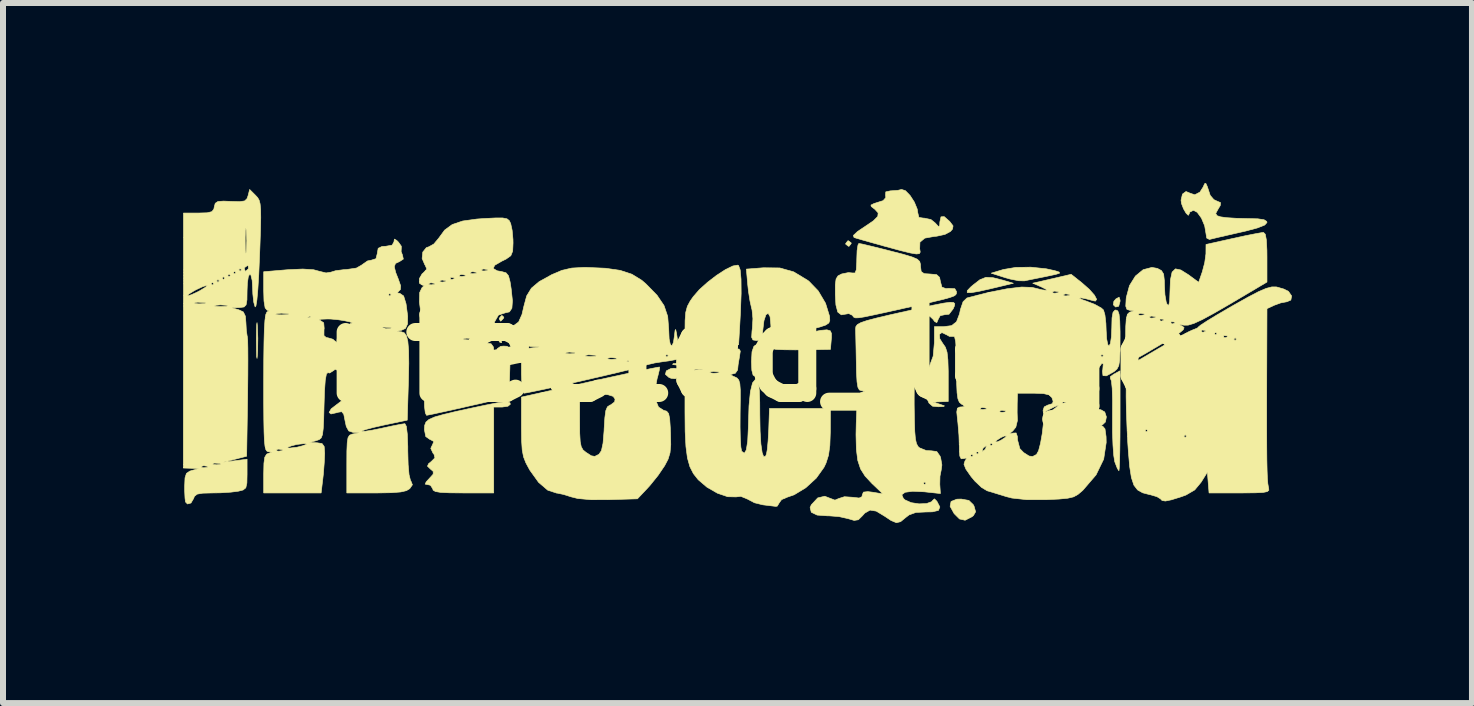
<source format=kicad_pcb>
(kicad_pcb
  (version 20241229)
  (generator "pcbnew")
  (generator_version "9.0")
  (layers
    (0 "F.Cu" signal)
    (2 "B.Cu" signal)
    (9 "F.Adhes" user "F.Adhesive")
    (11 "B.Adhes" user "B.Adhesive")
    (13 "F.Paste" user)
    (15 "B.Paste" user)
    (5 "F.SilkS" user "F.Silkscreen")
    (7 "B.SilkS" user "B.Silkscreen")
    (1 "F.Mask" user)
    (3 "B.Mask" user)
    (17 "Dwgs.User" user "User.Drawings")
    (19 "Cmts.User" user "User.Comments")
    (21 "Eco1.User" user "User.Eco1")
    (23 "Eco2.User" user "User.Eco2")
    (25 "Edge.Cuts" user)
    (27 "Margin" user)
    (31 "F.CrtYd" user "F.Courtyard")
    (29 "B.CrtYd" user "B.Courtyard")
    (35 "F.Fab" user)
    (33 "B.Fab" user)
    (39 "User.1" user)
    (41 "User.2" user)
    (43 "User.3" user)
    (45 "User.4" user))
  (footprint "infected_logo"
    (layer "F.Cu")
    (at 9.241 2.809)
    (property "Reference" "infected_logo" (at 0 0 0) (layer "F.SilkS") (effects (font (size 1.524 1.524) (thickness 0.3))))
    (attr through_hole)
    (fp_poly (pts (xy -0.958 0.2) (xy -0.952 0.217) (xy -1.016 0.224) (xy -1.082 0.216) (xy -1.074 0.2) (xy -0.979 0.194) (xy -0.958 0.2)) (stroke (width 0.01) (type solid)) (fill yes) (layer "F.SilkS"))
    (fp_poly (pts (xy -3.895 -0.572) (xy -3.902 -0.554) (xy -3.944 -0.51) (xy -3.951 -0.508) (xy -3.971 -0.544) (xy -3.972 -0.554) (xy -3.936 -0.599) (xy -3.923 -0.6) (xy -3.895 -0.572)) (stroke (width 0.01) (type solid)) (fill yes) (layer "F.SilkS"))
    (fp_poly (pts (xy 1.892 -1.812) (xy 1.893 -1.801) (xy 1.858 -1.756) (xy 1.847 -1.755) (xy 1.802 -1.79) (xy 1.801 -1.801) (xy 1.836 -1.846) (xy 1.847 -1.847) (xy 1.892 -1.812)) (stroke (width 0.01) (type solid)) (fill yes) (layer "F.SilkS"))
    (fp_poly (pts (xy 6.373 -0.859) (xy 6.373 -0.837) (xy 6.35 -0.756) (xy 6.299 -0.743) (xy 6.261 -0.78) (xy 6.27 -0.839) (xy 6.304 -0.878) (xy 6.357 -0.907) (xy 6.373 -0.859)) (stroke (width 0.01) (type solid)) (fill yes) (layer "F.SilkS"))
    (fp_poly (pts (xy -5.108 -0.213) (xy -5.161 -0.145) (xy -5.223 -0.161) (xy -5.242 -0.185) (xy -5.254 -0.228) (xy -5.248 -0.231) (xy -5.191 -0.245) (xy -5.153 -0.259) (xy -5.101 -0.262) (xy -5.108 -0.213)) (stroke (width 0.01) (type solid)) (fill yes) (layer "F.SilkS"))
    (fp_poly (pts (xy -0.953 0.292) (xy -0.929 0.337) (xy -0.979 0.406) (xy -1.04 0.452) (xy -1.107 0.445) (xy -1.143 0.431) (xy -1.203 0.379) (xy -1.188 0.321) (xy -1.112 0.282) (xy -1.062 0.277) (xy -0.953 0.292)) (stroke (width 0.01) (type solid)) (fill yes) (layer "F.SilkS"))
    (fp_poly (pts (xy -8.002 -0.427) (xy -7.995 -0.224) (xy -7.998 -0.008) (xy -8.002 0.058) (xy -8.008 0.114) (xy -8.014 0.085) (xy -8.017 -0.019) (xy -8.019 -0.185) (xy -8.017 -0.355) (xy -8.013 -0.457) (xy -8.008 -0.483) (xy -8.002 -0.427)) (stroke (width 0.01) (type solid)) (fill yes) (layer "F.SilkS"))
    (fp_poly (pts (xy 4.255 -1.232) (xy 4.41 -1.193) (xy 4.595 -1.139) (xy 4.249 -1.056) (xy 4.029 -1.006) (xy 3.891 -0.982) (xy 3.826 -0.984) (xy 3.827 -1.016) (xy 3.885 -1.077) (xy 3.924 -1.11) (xy 4.039 -1.199) (xy 4.138 -1.238) (xy 4.255 -1.232)) (stroke (width 0.01) (type solid)) (fill yes) (layer "F.SilkS"))
    (fp_poly (pts (xy 3.854 2.48) (xy 3.927 2.551) (xy 3.94 2.576) (xy 3.966 2.669) (xy 3.929 2.733) (xy 3.903 2.753) (xy 3.791 2.81) (xy 3.698 2.789) (xy 3.608 2.699) (xy 3.541 2.578) (xy 3.557 2.497) (xy 3.654 2.459) (xy 3.726 2.457) (xy 3.854 2.48)) (stroke (width 0.01) (type solid)) (fill yes) (layer "F.SilkS"))
    (fp_poly (pts (xy 0.339 -0.108) (xy 0.361 -0.057) (xy 0.369 0.063) (xy 0.369 0.14) (xy 0.364 0.3) (xy 0.345 0.386) (xy 0.308 0.415) (xy 0.3 0.416) (xy 0.258 0.392) (xy 0.237 0.311) (xy 0.231 0.167) (xy 0.24 0.002) (xy 0.271 -0.087) (xy 0.3 -0.109) (xy 0.339 -0.108)) (stroke (width 0.01) (type solid)) (fill yes) (layer "F.SilkS"))
    (fp_poly (pts (xy 5.143 -1.38) (xy 5.288 -1.348) (xy 5.357 -1.326) (xy 5.366 -1.308) (xy 5.306 -1.288) (xy 5.166 -1.258) (xy 5.149 -1.254) (xy 4.984 -1.221) (xy 4.846 -1.193) (xy 4.78 -1.179) (xy 4.684 -1.181) (xy 4.542 -1.209) (xy 4.457 -1.233) (xy 4.226 -1.307) (xy 4.428 -1.368) (xy 4.634 -1.403) (xy 4.886 -1.407) (xy 5.143 -1.38)) (stroke (width 0.01) (type solid)) (fill yes) (layer "F.SilkS"))
    (fp_poly (pts (xy 1.544 -0.347) (xy 1.564 -0.303) (xy 1.564 -0.231) (xy 1.561 -0.203) (xy 1.547 -0.037) (xy 1.155 -0.03) (xy 0.956 -0.029) (xy 0.778 -0.031) (xy 0.652 -0.036) (xy 0.632 -0.038) (xy 0.534 -0.062) (xy 0.522 -0.099) (xy 0.592 -0.147) (xy 0.742 -0.202) (xy 0.966 -0.262) (xy 0.974 -0.264) (xy 1.217 -0.32) (xy 1.383 -0.354) (xy 1.488 -0.363) (xy 1.544 -0.347)) (stroke (width 0.01) (type solid)) (fill yes) (layer "F.SilkS"))
    (fp_poly (pts (xy 6.373 1.153) (xy 6.372 1.419) (xy 6.369 1.649) (xy 6.365 1.831) (xy 6.359 1.947) (xy 6.354 1.986) (xy 6.328 1.947) (xy 6.291 1.852) (xy 6.285 1.836) (xy 6.268 1.733) (xy 6.255 1.561) (xy 6.247 1.343) (xy 6.247 1.102) (xy 6.247 1.074) (xy 6.248 0.812) (xy 6.242 0.614) (xy 6.229 0.489) (xy 6.212 0.446) (xy 6.211 0.418) (xy 6.269 0.376) (xy 6.373 0.32) (xy 6.373 1.153)) (stroke (width 0.01) (type solid)) (fill yes) (layer "F.SilkS"))
    (fp_poly (pts (xy 0.016 -1.434) (xy 0.043 -1.361) (xy 0.057 -1.208) (xy 0.059 -0.97) (xy 0.047 -0.646) (xy 0.037 -0.462) (xy 0.017 -0.115) (xy -0.396 -0.013) (xy -0.58 0.032) (xy -0.731 0.067) (xy -0.824 0.088) (xy -0.843 0.091) (xy -0.858 0.049) (xy -0.87 -0.065) (xy -0.877 -0.23) (xy -0.877 -0.316) (xy -0.875 -0.518) (xy -0.864 -0.655) (xy -0.837 -0.755) (xy -0.789 -0.844) (xy -0.74 -0.914) (xy -0.637 -1.033) (xy -0.5 -1.156) (xy -0.349 -1.272) (xy -0.202 -1.367) (xy -0.079 -1.427) (xy 0.002 -1.441) (xy 0.016 -1.434)) (stroke (width 0.01) (type solid)) (fill yes) (layer "F.SilkS"))
    (fp_poly (pts (xy 0.703 -1.394) (xy 0.934 -1.329) (xy 1.163 -1.191) (xy 1.187 -1.174) (xy 1.343 -1.012) (xy 1.465 -0.806) (xy 1.53 -0.596) (xy 1.533 -0.578) (xy 1.536 -0.519) (xy 1.52 -0.477) (xy 1.469 -0.443) (xy 1.368 -0.409) (xy 1.199 -0.368) (xy 1.085 -0.342) (xy 0.889 -0.297) (xy 0.727 -0.261) (xy 0.62 -0.239) (xy 0.589 -0.233) (xy 0.568 -0.273) (xy 0.556 -0.377) (xy 0.554 -0.443) (xy 0.541 -0.582) (xy 0.51 -0.638) (xy 0.472 -0.615) (xy 0.439 -0.515) (xy 0.425 -0.4) (xy 0.41 -0.267) (xy 0.38 -0.203) (xy 0.324 -0.185) (xy 0.314 -0.185) (xy 0.256 -0.194) (xy 0.234 -0.238) (xy 0.24 -0.341) (xy 0.246 -0.389) (xy 0.255 -0.549) (xy 0.241 -0.693) (xy 0.233 -0.724) (xy 0.206 -0.845) (xy 0.18 -1.012) (xy 0.169 -1.115) (xy 0.146 -1.375) (xy 0.431 -1.397) (xy 0.703 -1.394)) (stroke (width 0.01) (type solid)) (fill yes) (layer "F.SilkS"))
    (fp_poly (pts (xy -3.794 0.853) (xy -3.787 0.877) (xy -3.827 0.91) (xy -3.924 0.924) (xy -3.925 0.924) (xy -4.064 0.924) (xy -4.064 2.355) (xy -4.572 2.355) (xy -4.799 2.353) (xy -4.949 2.346) (xy -5.036 2.331) (xy -5.074 2.308) (xy -5.08 2.286) (xy -5.118 2.227) (xy -5.16 2.217) (xy -5.206 2.208) (xy -5.189 2.17) (xy -5.139 2.116) (xy -5.073 2.043) (xy -5.072 1.997) (xy -5.117 1.958) (xy -5.168 1.909) (xy -5.148 1.866) (xy -5.105 1.832) (xy -5.044 1.771) (xy -5.058 1.713) (xy -5.076 1.691) (xy -5.113 1.612) (xy -5.085 1.553) (xy -5.061 1.498) (xy -5.12 1.466) (xy -5.125 1.465) (xy -5.196 1.416) (xy -5.218 1.306) (xy -5.219 1.296) (xy -5.214 1.227) (xy -5.193 1.174) (xy -5.142 1.13) (xy -5.048 1.089) (xy -4.899 1.047) (xy -4.682 0.995) (xy -4.47 0.949) (xy -4.206 0.893) (xy -4.019 0.856) (xy -3.897 0.838) (xy -3.826 0.838) (xy -3.794 0.853)) (stroke (width 0.01) (type solid)) (fill yes) (layer "F.SilkS"))
    (fp_poly (pts (xy 7.828 -2.747) (xy 7.871 -2.616) (xy 7.874 -2.605) (xy 7.935 -2.533) (xy 7.988 -2.508) (xy 8.047 -2.483) (xy 8.043 -2.435) (xy 8.009 -2.379) (xy 7.967 -2.302) (xy 7.989 -2.265) (xy 8.046 -2.246) (xy 8.144 -2.232) (xy 8.301 -2.222) (xy 8.483 -2.217) (xy 8.486 -2.217) (xy 8.668 -2.213) (xy 8.773 -2.197) (xy 8.817 -2.169) (xy 8.821 -2.151) (xy 8.783 -2.109) (xy 8.665 -2.062) (xy 8.463 -2.008) (xy 8.37 -1.987) (xy 8.173 -1.942) (xy 8.007 -1.904) (xy 7.895 -1.877) (xy 7.862 -1.869) (xy 7.817 -1.892) (xy 7.805 -1.966) (xy 7.783 -2.096) (xy 7.729 -2.225) (xy 7.659 -2.321) (xy 7.596 -2.355) (xy 7.534 -2.324) (xy 7.526 -2.298) (xy 7.51 -2.271) (xy 7.473 -2.307) (xy 7.431 -2.379) (xy 7.398 -2.464) (xy 7.389 -2.523) (xy 7.413 -2.625) (xy 7.472 -2.668) (xy 7.537 -2.641) (xy 7.618 -2.613) (xy 7.704 -2.658) (xy 7.758 -2.743) (xy 7.782 -2.798) (xy 7.802 -2.804) (xy 7.828 -2.747)) (stroke (width 0.01) (type solid)) (fill yes) (layer "F.SilkS"))
    (fp_poly (pts (xy 2.077 -1.792) (xy 2.203 -1.762) (xy 2.379 -1.719) (xy 2.552 -1.675) (xy 2.768 -1.619) (xy 2.91 -1.576) (xy 2.994 -1.54) (xy 3.034 -1.502) (xy 3.047 -1.455) (xy 3.048 -1.42) (xy 3.059 -1.334) (xy 3.109 -1.299) (xy 3.207 -1.293) (xy 3.316 -1.283) (xy 3.365 -1.238) (xy 3.38 -1.166) (xy 3.404 -1.075) (xy 3.47 -1.05) (xy 3.521 -1.054) (xy 3.62 -1.048) (xy 3.648 -0.999) (xy 3.647 -0.971) (xy 3.636 -0.948) (xy 3.604 -0.926) (xy 3.538 -0.902) (xy 3.427 -0.871) (xy 3.259 -0.831) (xy 3.024 -0.778) (xy 2.752 -0.718) (xy 2.466 -0.654) (xy 2.258 -0.609) (xy 2.114 -0.579) (xy 2.021 -0.564) (xy 1.967 -0.562) (xy 1.939 -0.571) (xy 1.923 -0.589) (xy 1.915 -0.604) (xy 1.852 -0.634) (xy 1.82 -0.628) (xy 1.728 -0.613) (xy 1.669 -0.659) (xy 1.638 -0.777) (xy 1.628 -0.951) (xy 1.628 -1.115) (xy 1.641 -1.211) (xy 1.673 -1.262) (xy 1.732 -1.293) (xy 1.735 -1.294) (xy 1.847 -1.317) (xy 1.916 -1.31) (xy 1.956 -1.31) (xy 1.978 -1.363) (xy 1.985 -1.485) (xy 1.986 -1.542) (xy 1.991 -1.683) (xy 2.006 -1.777) (xy 2.02 -1.802) (xy 2.077 -1.792)) (stroke (width 0.01) (type solid)) (fill yes) (layer "F.SilkS"))
    (fp_poly (pts (xy 2.796 -2.682) (xy 2.873 -2.603) (xy 2.945 -2.492) (xy 2.993 -2.375) (xy 3.002 -2.315) (xy 3.021 -2.236) (xy 3.097 -2.224) (xy 3.106 -2.225) (xy 3.221 -2.201) (xy 3.289 -2.147) (xy 3.347 -2.085) (xy 3.367 -2.095) (xy 3.37 -2.159) (xy 3.389 -2.246) (xy 3.443 -2.249) (xy 3.534 -2.169) (xy 3.59 -2.095) (xy 3.581 -2.042) (xy 3.546 -2.002) (xy 3.455 -1.953) (xy 3.318 -1.923) (xy 3.28 -1.92) (xy 3.119 -1.891) (xy 3.038 -1.823) (xy 3.034 -1.711) (xy 3.036 -1.704) (xy 3.043 -1.658) (xy 3.028 -1.632) (xy 2.977 -1.627) (xy 2.877 -1.644) (xy 2.714 -1.684) (xy 2.476 -1.749) (xy 2.471 -1.75) (xy 2.271 -1.806) (xy 2.1 -1.854) (xy 1.98 -1.889) (xy 1.94 -1.902) (xy 1.929 -1.936) (xy 1.999 -2.002) (xy 2.113 -2.078) (xy 2.262 -2.179) (xy 2.336 -2.253) (xy 2.342 -2.312) (xy 2.287 -2.372) (xy 2.274 -2.382) (xy 2.227 -2.418) (xy 2.222 -2.442) (xy 2.272 -2.467) (xy 2.394 -2.506) (xy 2.424 -2.515) (xy 2.47 -2.568) (xy 2.465 -2.608) (xy 2.469 -2.662) (xy 2.547 -2.679) (xy 2.554 -2.679) (xy 2.669 -2.687) (xy 2.732 -2.702) (xy 2.796 -2.682)) (stroke (width 0.01) (type solid)) (fill yes) (layer "F.SilkS"))
    (fp_poly (pts (xy -1.304 0.304) (xy -1.329 0.407) (xy -1.342 0.453) (xy -1.376 0.64) (xy -1.367 0.805) (xy -1.318 0.924) (xy -1.234 0.978) (xy -1.182 0.993) (xy -1.15 1.032) (xy -1.132 1.116) (xy -1.122 1.263) (xy -1.118 1.355) (xy -1.114 1.55) (xy -1.126 1.685) (xy -1.158 1.791) (xy -1.216 1.902) (xy -1.221 1.909) (xy -1.327 2.065) (xy -1.457 2.226) (xy -1.503 2.277) (xy -1.669 2.453) (xy -2.139 2.467) (xy -2.44 2.468) (xy -2.662 2.448) (xy -2.771 2.421) (xy -2.901 2.38) (xy -3.006 2.358) (xy -3.015 2.358) (xy -3.164 2.309) (xy -3.316 2.179) (xy -3.461 1.977) (xy -3.467 1.967) (xy -3.528 1.854) (xy -3.567 1.754) (xy -3.589 1.641) (xy -3.599 1.49) (xy -3.602 1.276) (xy -3.602 1.245) (xy -3.602 1.147) (xy -2.632 1.147) (xy -2.631 1.359) (xy -2.623 1.498) (xy -2.606 1.584) (xy -2.576 1.638) (xy -2.528 1.678) (xy -2.438 1.736) (xy -2.38 1.746) (xy -2.316 1.714) (xy -2.31 1.71) (xy -2.269 1.651) (xy -2.242 1.525) (xy -2.225 1.32) (xy -2.224 1.289) (xy -2.212 1.1) (xy -2.196 0.983) (xy -2.169 0.92) (xy -2.128 0.892) (xy -2.117 0.889) (xy -2.049 0.838) (xy -2.042 0.791) (xy -2.073 0.746) (xy -2.158 0.719) (xy -2.314 0.704) (xy -2.344 0.702) (xy -2.632 0.688) (xy -2.632 1.147) (xy -3.602 1.147) (xy -3.602 0.758) (xy -2.459 0.502) (xy -2.148 0.433) (xy -1.868 0.372) (xy -1.631 0.321) (xy -1.45 0.284) (xy -1.336 0.262) (xy -1.301 0.257) (xy -1.304 0.304)) (stroke (width 0.01) (type solid)) (fill yes) (layer "F.SilkS"))
    (fp_poly (pts (xy 0.045 -0.009) (xy 0.03 0.091) (xy 0.009 0.215) (xy 0.000006 0.305) (xy 0 0.306) (xy -0.038 0.361) (xy -0.081 0.372) (xy -0.121 0.382) (xy -0.077 0.409) (xy -0.055 0.418) (xy -0.01 0.44) (xy 0.019 0.473) (xy 0.037 0.534) (xy 0.045 0.639) (xy 0.045 0.805) (xy 0.042 1.032) (xy 0.041 1.256) (xy 0.045 1.448) (xy 0.054 1.59) (xy 0.067 1.659) (xy 0.068 1.66) (xy 0.112 1.694) (xy 0.145 1.638) (xy 0.168 1.494) (xy 0.179 1.265) (xy 0.18 1.229) (xy 0.19 0.903) (xy 0.213 0.667) (xy 0.249 0.521) (xy 0.297 0.463) (xy 0.305 0.462) (xy 0.333 0.479) (xy 0.351 0.541) (xy 0.363 0.658) (xy 0.369 0.846) (xy 0.37 1.051) (xy 0.375 1.326) (xy 0.388 1.539) (xy 0.409 1.684) (xy 0.435 1.754) (xy 0.467 1.741) (xy 0.481 1.707) (xy 0.495 1.63) (xy 0.508 1.489) (xy 0.518 1.314) (xy 0.519 1.293) (xy 0.531 0.947) (xy 1.547 0.947) (xy 1.545 1.339) (xy 1.537 1.563) (xy 1.515 1.726) (xy 1.473 1.858) (xy 1.439 1.929) (xy 1.311 2.108) (xy 1.135 2.269) (xy 0.942 2.386) (xy 0.829 2.425) (xy 0.733 2.466) (xy 0.693 2.521) (xy 0.661 2.575) (xy 0.635 2.579) (xy 0.552 2.569) (xy 0.428 2.554) (xy 0.416 2.552) (xy 0.282 2.519) (xy 0.179 2.465) (xy 0.175 2.462) (xy 0.055 2.412) (xy -0.026 2.421) (xy -0.165 2.418) (xy -0.337 2.359) (xy -0.512 2.258) (xy -0.655 2.136) (xy -0.736 2.034) (xy -0.795 1.918) (xy -0.836 1.773) (xy -0.861 1.582) (xy -0.874 1.331) (xy -0.877 1.012) (xy -0.877 0.352) (xy -0.468 0.352) (xy -0.407 0.36) (xy -0.393 0.36) (xy -0.314 0.355) (xy -0.307 0.341) (xy -0.311 0.339) (xy -0.403 0.33) (xy -0.449 0.337) (xy -0.468 0.352) (xy -0.877 0.352) (xy -0.877 0.329) (xy -0.727 0.31) (xy -0.577 0.292) (xy -0.727 0.284) (xy -0.84 0.261) (xy -0.877 0.212) (xy -0.832 0.164) (xy -0.694 0.113) (xy -0.52 0.07) (xy -0.333 0.029) (xy -0.17 -0.007) (xy -0.061 -0.031) (xy -0.051 -0.034) (xy 0.023 -0.044) (xy 0.045 -0.009)) (stroke (width 0.01) (type solid)) (fill yes) (layer "F.SilkS"))
    (fp_poly (pts (xy 8.793 -1.956) (xy 8.811 -1.86) (xy 8.82 -1.687) (xy 8.821 -1.572) (xy 8.821 -1.159) (xy 8.193 -0.787) (xy 7.935 -0.638) (xy 7.743 -0.534) (xy 7.604 -0.47) (xy 7.507 -0.441) (xy 7.442 -0.44) (xy 7.368 -0.451) (xy 7.379 -0.438) (xy 7.411 -0.424) (xy 7.44 -0.4) (xy 7.426 -0.365) (xy 7.359 -0.309) (xy 7.229 -0.226) (xy 7.059 -0.124) (xy 6.827 0.013) (xy 6.665 0.105) (xy 6.56 0.149) (xy 6.5 0.144) (xy 6.472 0.087) (xy 6.465 -0.023) (xy 6.465 -0.189) (xy 6.465 -0.223) (xy 6.468 -0.424) (xy 6.473 -0.493) (xy 7.22 -0.493) (xy 7.226 -0.465) (xy 7.251 -0.462) (xy 7.289 -0.479) (xy 7.281 -0.493) (xy 7.227 -0.498) (xy 7.22 -0.493) (xy 6.473 -0.493) (xy 6.476 -0.539) (xy 7.035 -0.539) (xy 7.041 -0.511) (xy 7.066 -0.508) (xy 7.104 -0.525) (xy 7.097 -0.539) (xy 7.042 -0.544) (xy 7.035 -0.539) (xy 6.476 -0.539) (xy 6.477 -0.552) (xy 6.481 -0.565) (xy 6.855 -0.565) (xy 6.9 -0.558) (xy 6.96 -0.566) (xy 6.961 -0.582) (xy 6.899 -0.593) (xy 6.872 -0.586) (xy 6.855 -0.565) (xy 6.481 -0.565) (xy 6.493 -0.611) (xy 6.67 -0.611) (xy 6.716 -0.604) (xy 6.776 -0.613) (xy 6.776 -0.628) (xy 6.714 -0.639) (xy 6.688 -0.632) (xy 6.67 -0.611) (xy 6.493 -0.611) (xy 6.496 -0.622) (xy 6.529 -0.655) (xy 6.546 -0.661) (xy 6.599 -0.678) (xy 6.562 -0.686) (xy 6.54 -0.687) (xy 6.488 -0.703) (xy 6.468 -0.757) (xy 6.474 -0.873) (xy 6.477 -0.903) (xy 6.53 -1.1) (xy 6.629 -1.259) (xy 6.758 -1.365) (xy 6.903 -1.403) (xy 6.994 -1.387) (xy 7.063 -1.35) (xy 7.099 -1.291) (xy 7.111 -1.182) (xy 7.113 -1.098) (xy 7.121 -0.946) (xy 7.142 -0.825) (xy 7.158 -0.785) (xy 7.185 -0.772) (xy 7.199 -0.84) (xy 7.204 -0.978) (xy 7.212 -1.194) (xy 7.24 -1.325) (xy 7.296 -1.379) (xy 7.386 -1.36) (xy 7.518 -1.277) (xy 7.527 -1.27) (xy 7.683 -1.155) (xy 7.743 -1.328) (xy 7.784 -1.483) (xy 7.804 -1.63) (xy 7.804 -1.643) (xy 7.805 -1.786) (xy 8.255 -1.886) (xy 8.452 -1.929) (xy 8.618 -1.962) (xy 8.73 -1.982) (xy 8.763 -1.986) (xy 8.793 -1.956)) (stroke (width 0.01) (type solid)) (fill yes) (layer "F.SilkS"))
    (fp_poly (pts (xy 8.973 -1.078) (xy 8.982 -1.077) (xy 9.101 -1.043) (xy 9.179 -1.004) (xy 9.232 -0.927) (xy 9.219 -0.859) (xy 9.153 -0.831) (xy 9.051 -0.812) (xy 8.946 -0.774) (xy 8.821 -0.716) (xy 8.817 0.439) (xy 8.816 0.897) (xy 8.816 1.272) (xy 8.817 1.571) (xy 8.819 1.805) (xy 8.823 1.982) (xy 8.828 2.11) (xy 8.835 2.199) (xy 8.845 2.257) (xy 8.849 2.274) (xy 8.852 2.31) (xy 8.825 2.333) (xy 8.755 2.347) (xy 8.625 2.353) (xy 8.42 2.355) (xy 8.365 2.355) (xy 7.856 2.355) (xy 7.842 2.182) (xy 7.828 2.009) (xy 7.723 2.177) (xy 7.617 2.305) (xy 7.471 2.39) (xy 7.391 2.419) (xy 7.227 2.47) (xy 7.128 2.49) (xy 7.073 2.481) (xy 7.046 2.453) (xy 6.987 2.417) (xy 6.878 2.385) (xy 6.865 2.383) (xy 6.75 2.353) (xy 6.665 2.305) (xy 6.604 2.226) (xy 6.562 2.1) (xy 6.533 1.916) (xy 6.511 1.659) (xy 6.501 1.511) (xy 6.496 1.409) (xy 7.435 1.409) (xy 7.458 1.432) (xy 7.481 1.409) (xy 7.458 1.385) (xy 7.435 1.409) (xy 6.496 1.409) (xy 6.491 1.316) (xy 6.789 1.316) (xy 6.812 1.339) (xy 6.835 1.316) (xy 6.812 1.293) (xy 6.789 1.316) (xy 6.491 1.316) (xy 6.488 1.243) (xy 6.478 0.979) (xy 6.474 0.748) (xy 6.475 0.576) (xy 6.475 0.556) (xy 6.489 0.257) (xy 7.02 -0.055) (xy 7.22 -0.171) (xy 7.286 -0.208) (xy 8.267 -0.208) (xy 8.29 -0.185) (xy 8.313 -0.208) (xy 8.29 -0.231) (xy 8.267 -0.208) (xy 7.286 -0.208) (xy 7.384 -0.262) (xy 8.097 -0.262) (xy 8.104 -0.234) (xy 8.128 -0.231) (xy 8.166 -0.248) (xy 8.159 -0.262) (xy 8.104 -0.267) (xy 8.097 -0.262) (xy 7.384 -0.262) (xy 7.395 -0.268) (xy 7.457 -0.3) (xy 7.943 -0.3) (xy 7.966 -0.277) (xy 7.989 -0.3) (xy 7.966 -0.323) (xy 7.943 -0.3) (xy 7.457 -0.3) (xy 7.526 -0.336) (xy 7.567 -0.354) (xy 7.728 -0.354) (xy 7.734 -0.327) (xy 7.759 -0.323) (xy 7.797 -0.34) (xy 7.789 -0.354) (xy 7.735 -0.36) (xy 7.728 -0.354) (xy 7.567 -0.354) (xy 7.599 -0.368) (xy 7.605 -0.369) (xy 7.667 -0.396) (xy 7.674 -0.407) (xy 7.718 -0.443) (xy 7.827 -0.514) (xy 7.988 -0.612) (xy 8.185 -0.727) (xy 8.267 -0.774) (xy 8.506 -0.908) (xy 8.682 -1) (xy 8.809 -1.054) (xy 8.901 -1.078) (xy 8.973 -1.078)) (stroke (width 0.01) (type solid)) (fill yes) (layer "F.SilkS"))
    (fp_poly (pts (xy -2.518 -1.403) (xy -2.2 -1.389) (xy -1.954 -1.353) (xy -1.759 -1.288) (xy -1.598 -1.189) (xy -1.529 -1.13) (xy -1.343 -0.94) (xy -1.226 -0.767) (xy -1.165 -0.587) (xy -1.148 -0.374) (xy -1.148 -0.37) (xy -1.141 -0.211) (xy -1.121 -0.118) (xy -1.095 -0.096) (xy -1.069 -0.153) (xy -1.052 -0.266) (xy -1.042 -0.353) (xy -1.032 -0.369) (xy -1.018 -0.306) (xy -0.998 -0.171) (xy -0.98 -0.024) (xy -0.974 0.081) (xy -0.979 0.117) (xy -1.034 0.134) (xy -1.149 0.155) (xy -1.227 0.165) (xy -1.382 0.189) (xy -1.509 0.219) (xy -1.547 0.233) (xy -1.614 0.253) (xy -1.754 0.288) (xy -1.95 0.336) (xy -2.186 0.392) (xy -2.445 0.452) (xy -2.711 0.513) (xy -2.967 0.57) (xy -3.197 0.621) (xy -3.384 0.66) (xy -3.512 0.686) (xy -3.561 0.693) (xy -3.58 0.65) (xy -3.595 0.537) (xy -3.602 0.376) (xy -3.602 0.326) (xy -3.602 0.166) (xy -1.85 0.166) (xy -1.786 0.174) (xy -1.755 0.174) (xy -1.671 0.169) (xy -1.661 0.157) (xy -1.674 0.153) (xy -1.791 0.146) (xy -1.836 0.153) (xy -1.85 0.166) (xy -3.602 0.166) (xy -3.602 0.121) (xy -2.177 0.121) (xy -2.116 0.129) (xy -2.101 0.13) (xy -2.022 0.125) (xy -2.015 0.11) (xy -2.02 0.108) (xy -2.111 0.099) (xy -2.158 0.107) (xy -2.177 0.121) (xy -3.602 0.121) (xy -3.602 0.074) (xy -2.543 0.074) (xy -2.479 0.081) (xy -2.448 0.082) (xy -2.364 0.077) (xy -2.357 0.069) (xy -1.201 0.069) (xy -1.178 0.092) (xy -1.155 0.069) (xy -1.178 0.046) (xy -1.201 0.069) (xy -2.357 0.069) (xy -2.354 0.065) (xy -2.367 0.061) (xy -2.484 0.053) (xy -2.528 0.061) (xy -2.543 0.074) (xy -3.602 0.074) (xy -3.602 0.029) (xy -2.87 0.029) (xy -2.808 0.037) (xy -2.794 0.037) (xy -2.715 0.032) (xy -2.708 0.018) (xy -2.712 0.016) (xy -2.804 0.007) (xy -2.851 0.014) (xy -2.87 0.029) (xy -3.602 0.029) (xy -3.602 -0.017) (xy -3.193 -0.017) (xy -3.132 -0.009) (xy -3.117 -0.009) (xy -3.038 -0.014) (xy -3.031 -0.028) (xy -3.036 -0.03) (xy -3.127 -0.039) (xy -3.174 -0.032) (xy -3.193 -0.017) (xy -3.602 -0.017) (xy -3.602 -0.04) (xy -3.452 -0.059) (xy -3.302 -0.078) (xy -3.447 -0.085) (xy -3.566 -0.114) (xy -3.616 -0.185) (xy -3.662 -0.252) (xy -3.709 -0.251) (xy -3.785 -0.253) (xy -3.807 -0.272) (xy -3.864 -0.304) (xy -3.922 -0.276) (xy -3.942 -0.212) (xy -3.938 -0.196) (xy -3.933 -0.148) (xy -3.964 -0.157) (xy -4.006 -0.225) (xy -4.018 -0.303) (xy -4.005 -0.38) (xy -3.947 -0.411) (xy -3.862 -0.416) (xy -3.734 -0.432) (xy -3.649 -0.494) (xy -3.593 -0.619) (xy -3.561 -0.757) (xy -3.515 -0.928) (xy -3.436 -1.057) (xy -3.307 -1.166) (xy -3.108 -1.276) (xy -3.1 -1.281) (xy -2.926 -1.355) (xy -2.763 -1.392) (xy -2.566 -1.403) (xy -2.518 -1.403)) (stroke (width 0.01) (type solid)) (fill yes) (layer "F.SilkS"))
    (fp_poly (pts (xy 3.599 -0.818) (xy 3.619 -0.798) (xy 3.613 -0.761) (xy 3.592 -0.713) (xy 3.523 -0.623) (xy 3.456 -0.616) (xy 3.376 -0.599) (xy 3.346 -0.546) (xy 3.319 -0.483) (xy 3.284 -0.501) (xy 3.257 -0.538) (xy 3.199 -0.593) (xy 3.137 -0.57) (xy 3.122 -0.558) (xy 3.08 -0.496) (xy 3.057 -0.383) (xy 3.048 -0.2) (xy 3.048 -0.16) (xy 3.04 0.046) (xy 3.017 0.165) (xy 2.992 0.196) (xy 2.969 0.234) (xy 2.953 0.336) (xy 2.944 0.51) (xy 2.942 0.765) (xy 2.942 0.878) (xy 2.946 1.143) (xy 2.952 1.33) (xy 2.963 1.456) (xy 2.981 1.534) (xy 3.007 1.582) (xy 3.032 1.604) (xy 3.145 1.649) (xy 3.228 1.653) (xy 3.319 1.665) (xy 3.374 1.743) (xy 3.383 1.768) (xy 3.404 1.889) (xy 3.392 1.976) (xy 3.372 2.077) (xy 3.369 2.209) (xy 3.369 2.21) (xy 3.379 2.365) (xy 3.11 2.336) (xy 2.918 2.327) (xy 2.791 2.344) (xy 2.736 2.385) (xy 2.762 2.447) (xy 2.791 2.472) (xy 2.892 2.517) (xy 3.023 2.537) (xy 3.148 2.532) (xy 3.234 2.501) (xy 3.248 2.482) (xy 3.28 2.453) (xy 3.321 2.494) (xy 3.37 2.589) (xy 3.347 2.646) (xy 3.245 2.67) (xy 3.138 2.672) (xy 2.971 2.68) (xy 2.857 2.721) (xy 2.8 2.765) (xy 2.716 2.834) (xy 2.645 2.851) (xy 2.557 2.814) (xy 2.452 2.744) (xy 2.31 2.658) (xy 2.207 2.641) (xy 2.119 2.691) (xy 2.079 2.736) (xy 2.012 2.802) (xy 1.942 2.813) (xy 1.84 2.783) (xy 1.689 2.749) (xy 1.518 2.736) (xy 1.49 2.736) (xy 1.325 2.724) (xy 1.228 2.677) (xy 1.208 2.599) (xy 1.228 2.553) (xy 1.335 2.438) (xy 1.452 2.41) (xy 1.527 2.439) (xy 1.622 2.475) (xy 1.686 2.448) (xy 1.78 2.418) (xy 1.913 2.427) (xy 2.025 2.44) (xy 2.072 2.418) (xy 2.078 2.386) (xy 2.097 2.341) (xy 2.17 2.333) (xy 2.25 2.343) (xy 2.421 2.371) (xy 2.236 2.194) (xy 3.094 2.194) (xy 3.117 2.217) (xy 3.14 2.194) (xy 3.117 2.171) (xy 3.094 2.194) (xy 2.236 2.194) (xy 2.232 2.19) (xy 2.124 2.074) (xy 2.049 1.955) (xy 2.002 1.812) (xy 1.979 1.628) (xy 1.973 1.383) (xy 1.977 1.192) (xy 1.986 0.968) (xy 1.998 0.821) (xy 2.008 0.771) (xy 2.615 0.771) (xy 2.679 0.778) (xy 2.744 0.771) (xy 2.736 0.755) (xy 2.642 0.748) (xy 2.621 0.755) (xy 2.615 0.771) (xy 2.008 0.771) (xy 2.016 0.733) (xy 2.022 0.725) (xy 2.292 0.725) (xy 2.355 0.732) (xy 2.421 0.724) (xy 2.413 0.708) (xy 2.318 0.702) (xy 2.298 0.708) (xy 2.292 0.725) (xy 2.022 0.725) (xy 2.044 0.69) (xy 2.07 0.678) (xy 2.122 0.661) (xy 2.083 0.653) (xy 2.067 0.652) (xy 2.029 0.639) (xy 2.005 0.595) (xy 1.99 0.504) (xy 1.981 0.348) (xy 1.978 0.185) (xy 1.974 -0.024) (xy 1.97 -0.206) (xy 1.967 -0.337) (xy 1.966 -0.38) (xy 1.971 -0.418) (xy 1.996 -0.451) (xy 2.054 -0.483) (xy 2.157 -0.518) (xy 2.318 -0.56) (xy 2.55 -0.615) (xy 2.725 -0.654) (xy 3.038 -0.725) (xy 3.271 -0.776) (xy 3.435 -0.808) (xy 3.541 -0.822) (xy 3.599 -0.818)) (stroke (width 0.01) (type solid)) (fill yes) (layer "F.SilkS"))
    (fp_poly (pts (xy -3.843 -2.213) (xy -3.805 -2.183) (xy -3.781 -2.133) (xy -3.757 -2.021) (xy -3.743 -1.867) (xy -3.742 -1.81) (xy -3.748 -1.675) (xy -3.779 -1.598) (xy -3.858 -1.542) (xy -3.93 -1.507) (xy -4.047 -1.439) (xy -4.073 -1.386) (xy -4.007 -1.347) (xy -3.926 -1.332) (xy -3.859 -1.313) (xy -3.818 -1.264) (xy -3.791 -1.162) (xy -3.773 -1.045) (xy -3.752 -0.847) (xy -3.761 -0.724) (xy -3.802 -0.662) (xy -3.869 -0.647) (xy -3.985 -0.609) (xy -4.05 -0.495) (xy -4.064 -0.363) (xy -4.072 -0.247) (xy -4.111 -0.193) (xy -4.191 -0.172) (xy -4.318 -0.152) (xy -4.191 -0.145) (xy -4.107 -0.13) (xy -4.069 -0.077) (xy -4.057 0.035) (xy -4.051 0.143) (xy -4.046 0.162) (xy -4.035 0.097) (xy -4.031 0.058) (xy -4.005 -0.048) (xy -3.948 -0.088) (xy -3.898 -0.092) (xy -3.844 -0.089) (xy -3.811 -0.069) (xy -3.795 -0.013) (xy -3.791 0.095) (xy -3.795 0.274) (xy -3.797 0.332) (xy -3.81 0.755) (xy -4.48 0.908) (xy -4.717 0.962) (xy -4.922 1.007) (xy -5.078 1.041) (xy -5.169 1.059) (xy -5.184 1.061) (xy -5.204 1.02) (xy -5.217 0.916) (xy -5.219 0.845) (xy -5.214 0.717) (xy -5.196 0.668) (xy -5.163 0.683) (xy -5.089 0.73) (xy -5.045 0.709) (xy -5.033 0.638) (xy -5.057 0.537) (xy -5.118 0.426) (xy -5.126 0.416) (xy -5.196 0.294) (xy -5.216 0.184) (xy -5.187 0.109) (xy -5.138 0.092) (xy -5.085 0.084) (xy -5.119 0.051) (xy -5.124 0.048) (xy -5.164 0.007) (xy -5.14 -0.049) (xy -5.107 -0.088) (xy -5.053 -0.181) (xy -5.052 -0.203) (xy -4.575 -0.203) (xy -4.511 -0.196) (xy -4.48 -0.195) (xy -4.396 -0.2) (xy -4.386 -0.212) (xy -4.399 -0.217) (xy -4.516 -0.224) (xy -4.56 -0.217) (xy -4.575 -0.203) (xy -5.052 -0.203) (xy -5.05 -0.249) (xy -4.944 -0.249) (xy -4.88 -0.242) (xy -4.849 -0.242) (xy -4.765 -0.246) (xy -4.755 -0.258) (xy -4.768 -0.263) (xy -4.885 -0.27) (xy -4.93 -0.263) (xy -4.944 -0.249) (xy -5.05 -0.249) (xy -5.05 -0.253) (xy -5.077 -0.335) (xy -5.082 -0.358) (xy -5.113 -0.416) (xy -5.164 -0.481) (xy -5.215 -0.544) (xy -5.203 -0.554) (xy -5.161 -0.54) (xy -5.094 -0.534) (xy -5.08 -0.552) (xy -5.119 -0.59) (xy -5.184 -0.609) (xy -5.251 -0.633) (xy -5.286 -0.7) (xy -5.302 -0.827) (xy -5.298 -0.984) (xy -5.259 -1.066) (xy -5.256 -1.068) (xy -5.221 -1.101) (xy -5.253 -1.108) (xy -5.271 -1.119) (xy -5.152 -1.119) (xy -5.107 -1.112) (xy -5.047 -1.121) (xy -5.046 -1.136) (xy -5.108 -1.147) (xy -5.135 -1.14) (xy -5.152 -1.119) (xy -5.271 -1.119) (xy -5.303 -1.141) (xy -5.303 -1.166) (xy -4.968 -1.166) (xy -4.922 -1.158) (xy -4.862 -1.167) (xy -4.862 -1.182) (xy -4.923 -1.193) (xy -4.95 -1.186) (xy -4.968 -1.166) (xy -5.303 -1.166) (xy -5.304 -1.214) (xy -5.294 -1.232) (xy -4.788 -1.232) (xy -4.781 -1.204) (xy -4.757 -1.201) (xy -4.719 -1.218) (xy -4.726 -1.232) (xy -4.781 -1.237) (xy -4.788 -1.232) (xy -5.294 -1.232) (xy -5.279 -1.258) (xy -4.644 -1.258) (xy -4.599 -1.251) (xy -4.539 -1.259) (xy -4.538 -1.275) (xy -4.6 -1.286) (xy -4.627 -1.278) (xy -4.644 -1.258) (xy -5.279 -1.258) (xy -5.258 -1.295) (xy -5.247 -1.304) (xy -4.46 -1.304) (xy -4.414 -1.297) (xy -4.354 -1.305) (xy -4.354 -1.321) (xy -4.415 -1.332) (xy -4.442 -1.325) (xy -4.46 -1.304) (xy -5.247 -1.304) (xy -5.232 -1.318) (xy -5.202 -1.35) (xy -4.275 -1.35) (xy -4.229 -1.343) (xy -4.17 -1.351) (xy -4.169 -1.367) (xy -4.231 -1.378) (xy -4.257 -1.371) (xy -4.275 -1.35) (xy -5.202 -1.35) (xy -5.179 -1.376) (xy -5.206 -1.439) (xy -5.212 -1.447) (xy -5.257 -1.552) (xy -5.246 -1.659) (xy -5.186 -1.733) (xy -5.149 -1.745) (xy -5.063 -1.792) (xy -4.982 -1.888) (xy -4.98 -1.891) (xy -4.882 -2.025) (xy -4.756 -2.117) (xy -4.583 -2.176) (xy -4.345 -2.209) (xy -4.234 -2.217) (xy -4.037 -2.227) (xy -3.914 -2.227) (xy -3.843 -2.213)) (stroke (width 0.01) (type solid)) (fill yes) (layer "F.SilkS"))
    (fp_poly (pts (xy -8.031 -2.602) (xy -7.997 -2.565) (xy -7.973 -2.523) (xy -7.957 -2.463) (xy -7.948 -2.371) (xy -7.946 -2.234) (xy -7.95 -2.038) (xy -7.959 -1.771) (xy -7.966 -1.592) (xy -7.979 -1.286) (xy -7.994 -1.041) (xy -8.01 -0.863) (xy -8.026 -0.763) (xy -8.04 -0.745) (xy -8.063 -0.825) (xy -8.078 -0.961) (xy -8.081 -1.051) (xy -8.089 -1.186) (xy -8.11 -1.274) (xy -8.128 -1.293) (xy -8.153 -1.251) (xy -8.169 -1.141) (xy -8.174 -1.016) (xy -8.176 -0.862) (xy -8.19 -0.779) (xy -8.224 -0.744) (xy -8.289 -0.735) (xy -8.301 -0.734) (xy -8.428 -0.73) (xy -8.313 -0.697) (xy -8.236 -0.661) (xy -8.202 -0.59) (xy -8.193 -0.479) (xy -8.186 -0.35) (xy -8.173 -0.262) (xy -8.17 -0.25) (xy -8.164 -0.193) (xy -8.161 -0.058) (xy -8.16 0.141) (xy -8.161 0.389) (xy -8.164 0.673) (xy -8.165 0.768) (xy -8.181 1.743) (xy -8.374 1.793) (xy -8.567 1.842) (xy -8.37 1.818) (xy -8.174 1.793) (xy -8.174 2.045) (xy -8.177 2.191) (xy -8.195 2.269) (xy -8.24 2.306) (xy -8.319 2.326) (xy -8.444 2.342) (xy -8.618 2.353) (xy -8.752 2.355) (xy -8.913 2.359) (xy -9.005 2.375) (xy -9.05 2.41) (xy -9.065 2.448) (xy -9.109 2.523) (xy -9.167 2.539) (xy -9.2 2.505) (xy -9.208 2.442) (xy -9.214 2.321) (xy -9.214 2.242) (xy -9.208 2.103) (xy -9.184 2.029) (xy -9.129 1.992) (xy -9.098 1.982) (xy -8.982 1.949) (xy -9.109 1.944) (xy -9.236 1.94) (xy -9.236 1.929) (xy -8.939 1.929) (xy -8.894 1.936) (xy -8.834 1.927) (xy -8.833 1.912) (xy -8.895 1.901) (xy -8.922 1.908) (xy -8.939 1.929) (xy -9.236 1.929) (xy -9.236 1.88) (xy -8.746 1.88) (xy -8.682 1.886) (xy -8.617 1.879) (xy -8.624 1.863) (xy -8.719 1.857) (xy -8.74 1.863) (xy -8.746 1.88) (xy -9.236 1.88) (xy -9.235 -0.185) (xy -9.235 -0.759) (xy -8.719 -0.759) (xy -8.663 -0.752) (xy -8.613 -0.751) (xy -8.518 -0.754) (xy -8.493 -0.765) (xy -8.508 -0.771) (xy -8.619 -0.779) (xy -8.693 -0.772) (xy -8.719 -0.759) (xy -9.235 -0.759) (xy -9.235 -0.804) (xy -9.054 -0.804) (xy -8.991 -0.796) (xy -8.959 -0.796) (xy -8.875 -0.801) (xy -8.865 -0.813) (xy -8.878 -0.817) (xy -8.996 -0.824) (xy -9.04 -0.817) (xy -9.054 -0.804) (xy -9.235 -0.804) (xy -9.234 -0.93) (xy -9.174 -0.93) (xy -9.167 -0.928) (xy -9.1 -0.948) (xy -8.99 -0.999) (xy -8.959 -1.016) (xy -8.87 -1.07) (xy -8.837 -1.102) (xy -8.844 -1.104) (xy -8.911 -1.084) (xy -9.02 -1.033) (xy -9.052 -1.016) (xy -9.141 -0.962) (xy -9.174 -0.93) (xy -9.234 -0.93) (xy -9.234 -1.131) (xy -8.775 -1.131) (xy -8.751 -1.108) (xy -8.728 -1.131) (xy -8.751 -1.155) (xy -8.775 -1.131) (xy -9.234 -1.131) (xy -9.234 -1.178) (xy -8.682 -1.178) (xy -8.659 -1.155) (xy -8.636 -1.178) (xy -8.659 -1.201) (xy -8.682 -1.178) (xy -9.234 -1.178) (xy -9.234 -1.224) (xy -8.59 -1.224) (xy -8.567 -1.201) (xy -8.544 -1.224) (xy -8.567 -1.247) (xy -8.59 -1.224) (xy -9.234 -1.224) (xy -9.234 -1.27) (xy -8.497 -1.27) (xy -8.474 -1.247) (xy -8.451 -1.27) (xy -8.474 -1.293) (xy -8.497 -1.27) (xy -9.234 -1.27) (xy -9.234 -1.316) (xy -8.405 -1.316) (xy -8.382 -1.293) (xy -8.359 -1.316) (xy -8.382 -1.339) (xy -8.405 -1.316) (xy -9.234 -1.316) (xy -9.234 -1.362) (xy -8.313 -1.362) (xy -8.29 -1.339) (xy -8.267 -1.362) (xy -8.29 -1.385) (xy -8.22 -1.385) (xy -8.205 -1.34) (xy -8.2 -1.339) (xy -8.161 -1.372) (xy -8.151 -1.385) (xy -8.155 -1.428) (xy -8.171 -1.432) (xy -8.218 -1.398) (xy -8.22 -1.385) (xy -8.29 -1.385) (xy -8.313 -1.362) (xy -9.234 -1.362) (xy -9.234 -1.847) (xy -8.205 -1.847) (xy -8.203 -1.709) (xy -8.197 -1.639) (xy -8.19 -1.65) (xy -8.187 -1.674) (xy -8.179 -1.847) (xy -8.187 -2.02) (xy -8.195 -2.061) (xy -8.201 -2.019) (xy -8.205 -1.904) (xy -8.205 -1.847) (xy -9.234 -1.847) (xy -9.234 -2.309) (xy -8.984 -2.309) (xy -8.839 -2.313) (xy -8.761 -2.332) (xy -8.728 -2.374) (xy -8.72 -2.413) (xy -8.704 -2.472) (xy -8.66 -2.501) (xy -8.566 -2.508) (xy -8.446 -2.503) (xy -8.296 -2.499) (xy -8.214 -2.511) (xy -8.175 -2.549) (xy -8.158 -2.596) (xy -8.131 -2.702) (xy -8.031 -2.602)) (stroke (width 0.01) (type solid)) (fill yes) (layer "F.SilkS"))
    (fp_poly (pts (xy -5.681 -1.854) (xy -5.652 -1.825) (xy -5.604 -1.757) (xy -5.604 -1.724) (xy -5.607 -1.667) (xy -5.586 -1.613) (xy -5.57 -1.542) (xy -5.633 -1.501) (xy -5.634 -1.501) (xy -5.701 -1.469) (xy -5.721 -1.415) (xy -5.697 -1.317) (xy -5.656 -1.214) (xy -5.615 -1.097) (xy -5.619 -1.034) (xy -5.645 -1.009) (xy -5.673 -0.978) (xy -5.629 -0.971) (xy -5.565 -0.927) (xy -5.525 -0.797) (xy -5.498 -0.592) (xy -5.5 -0.461) (xy -5.534 -0.387) (xy -5.6 -0.356) (xy -5.672 -0.34) (xy -5.655 -0.333) (xy -5.604 -0.33) (xy -5.554 -0.313) (xy -5.518 -0.263) (xy -5.495 -0.169) (xy -5.482 -0.02) (xy -5.479 0.196) (xy -5.485 0.488) (xy -5.489 0.617) (xy -5.505 1.142) (xy -5.894 1.224) (xy -6.066 1.263) (xy -6.194 1.297) (xy -6.259 1.321) (xy -6.262 1.327) (xy -6.21 1.328) (xy -6.093 1.31) (xy -5.934 1.278) (xy -5.917 1.274) (xy -5.75 1.238) (xy -5.618 1.212) (xy -5.546 1.201) (xy -5.544 1.201) (xy -5.52 1.245) (xy -5.504 1.374) (xy -5.496 1.58) (xy -5.496 1.653) (xy -5.49 1.882) (xy -5.475 2.051) (xy -5.451 2.147) (xy -5.443 2.158) (xy -5.419 2.219) (xy -5.463 2.283) (xy -5.519 2.317) (xy -5.615 2.339) (xy -5.768 2.351) (xy -5.995 2.355) (xy -6.023 2.355) (xy -6.512 2.355) (xy -6.512 1.874) (xy -6.511 1.658) (xy -6.505 1.518) (xy -6.492 1.435) (xy -6.467 1.394) (xy -6.427 1.376) (xy -6.408 1.372) (xy -6.304 1.352) (xy -6.407 1.346) (xy -6.48 1.322) (xy -6.521 1.247) (xy -6.54 1.158) (xy -6.563 1.043) (xy -6.597 1.001) (xy -6.659 1.011) (xy -6.677 1.017) (xy -6.776 1.039) (xy -6.807 1.013) (xy -6.772 0.953) (xy -6.674 0.878) (xy -6.563 0.794) (xy -6.518 0.704) (xy -6.513 0.631) (xy -6.533 0.511) (xy -6.582 0.401) (xy -6.644 0.322) (xy -6.705 0.295) (xy -6.737 0.318) (xy -6.798 0.357) (xy -6.828 0.35) (xy -6.852 0.373) (xy -6.871 0.476) (xy -6.884 0.663) (xy -6.891 0.885) (xy -6.897 1.122) (xy -6.905 1.282) (xy -6.917 1.382) (xy -6.939 1.438) (xy -6.972 1.466) (xy -7.02 1.483) (xy -7.135 1.515) (xy -7.008 1.519) (xy -6.925 1.532) (xy -6.889 1.581) (xy -6.881 1.693) (xy -6.881 1.697) (xy -6.888 1.849) (xy -6.902 2.034) (xy -6.911 2.113) (xy -6.94 2.355) (xy -7.897 2.355) (xy -7.897 2.035) (xy -7.893 1.861) (xy -7.879 1.76) (xy -7.848 1.709) (xy -7.816 1.694) (xy -7.759 1.677) (xy -7.792 1.67) (xy -7.816 1.668) (xy -7.841 1.66) (xy -7.848 1.652) (xy -7.692 1.652) (xy -7.647 1.659) (xy -7.587 1.65) (xy -7.586 1.635) (xy -7.648 1.624) (xy -7.675 1.631) (xy -7.692 1.652) (xy -7.848 1.652) (xy -7.861 1.634) (xy -7.87 1.596) (xy -7.505 1.596) (xy -7.489 1.606) (xy -7.458 1.607) (xy -7.341 1.593) (xy -7.251 1.57) (xy -7.181 1.544) (xy -7.197 1.534) (xy -7.227 1.533) (xy -7.345 1.547) (xy -7.435 1.57) (xy -7.505 1.596) (xy -7.87 1.596) (xy -7.875 1.579) (xy -7.885 1.484) (xy -7.891 1.339) (xy -7.895 1.133) (xy -7.897 0.855) (xy -7.897 0.512) (xy -7.896 0.135) (xy -7.892 -0.159) (xy -7.886 -0.376) (xy -7.876 -0.527) (xy -7.875 -0.529) (xy -6.974 -0.529) (xy -6.957 -0.521) (xy -6.897 -0.48) (xy -6.889 -0.386) (xy -6.892 -0.365) (xy -6.893 -0.267) (xy -6.852 -0.232) (xy -6.83 -0.231) (xy -6.744 -0.206) (xy -6.718 -0.182) (xy -6.654 -0.138) (xy -6.585 -0.166) (xy -6.533 -0.252) (xy -6.52 -0.312) (xy -6.502 -0.388) (xy -5.96 -0.388) (xy -5.896 -0.381) (xy -5.865 -0.38) (xy -5.781 -0.385) (xy -5.771 -0.397) (xy -5.784 -0.401) (xy -5.901 -0.408) (xy -5.946 -0.401) (xy -5.96 -0.388) (xy -6.502 -0.388) (xy -6.495 -0.416) (xy -6.479 -0.436) (xy -6.317 -0.436) (xy -6.262 -0.428) (xy -6.211 -0.427) (xy -6.116 -0.431) (xy -6.092 -0.441) (xy -6.107 -0.447) (xy -6.218 -0.456) (xy -6.292 -0.448) (xy -6.317 -0.436) (xy -6.479 -0.436) (xy -6.455 -0.466) (xy -6.451 -0.466) (xy -6.42 -0.477) (xy -6.459 -0.495) (xy -6.547 -0.514) (xy -6.66 -0.532) (xy -6.779 -0.543) (xy -6.835 -0.544) (xy -6.939 -0.54) (xy -6.974 -0.529) (xy -7.875 -0.529) (xy -7.869 -0.575) (xy -7.333 -0.575) (xy -7.278 -0.567) (xy -7.227 -0.566) (xy -7.132 -0.57) (xy -7.108 -0.58) (xy -7.123 -0.586) (xy -7.234 -0.595) (xy -7.308 -0.587) (xy -7.333 -0.575) (xy -7.869 -0.575) (xy -7.862 -0.618) (xy -7.861 -0.621) (xy -7.703 -0.621) (xy -7.647 -0.613) (xy -7.597 -0.612) (xy -7.502 -0.616) (xy -7.477 -0.626) (xy -7.492 -0.632) (xy -7.603 -0.641) (xy -7.677 -0.633) (xy -7.703 -0.621) (xy -7.861 -0.621) (xy -7.844 -0.659) (xy -7.839 -0.662) (xy -7.805 -0.683) (xy -7.839 -0.689) (xy -7.873 -0.728) (xy -7.892 -0.844) (xy -7.895 -0.947) (xy -5.819 -0.947) (xy -5.796 -0.924) (xy -5.773 -0.947) (xy -5.796 -0.97) (xy -5.819 -0.947) (xy -7.895 -0.947) (xy -7.897 -1.012) (xy -7.897 -1.331) (xy -7.504 -1.364) (xy -7.246 -1.376) (xy -7.064 -1.364) (xy -6.976 -1.34) (xy -6.858 -1.311) (xy -6.78 -1.323) (xy -6.699 -1.348) (xy -6.567 -1.365) (xy -6.515 -1.368) (xy -6.352 -1.392) (xy -6.257 -1.447) (xy -6.256 -1.449) (xy -6.167 -1.511) (xy -6.102 -1.524) (xy -6.026 -1.548) (xy -6.004 -1.635) (xy -6.004 -1.639) (xy -5.989 -1.722) (xy -5.925 -1.752) (xy -5.865 -1.755) (xy -5.757 -1.774) (xy -5.727 -1.827) (xy -5.719 -1.875) (xy -5.681 -1.854)) (stroke (width 0.01) (type solid)) (fill yes) (layer "F.SilkS"))
    (fp_poly (pts (xy 5.736 -1.147) (xy 5.861 -1.037) (xy 5.946 -0.941) (xy 5.983 -0.871) (xy 5.963 -0.842) (xy 5.927 -0.848) (xy 5.796 -0.883) (xy 5.714 -0.897) (xy 5.694 -0.89) (xy 5.746 -0.864) (xy 5.809 -0.842) (xy 5.953 -0.786) (xy 6.061 -0.726) (xy 6.097 -0.693) (xy 6.121 -0.61) (xy 6.137 -0.471) (xy 6.141 -0.358) (xy 6.149 -0.215) (xy 6.168 -0.119) (xy 6.188 -0.092) (xy 6.212 -0.135) (xy 6.229 -0.247) (xy 6.235 -0.393) (xy 6.239 -0.561) (xy 6.256 -0.655) (xy 6.288 -0.691) (xy 6.304 -0.693) (xy 6.336 -0.678) (xy 6.356 -0.623) (xy 6.368 -0.513) (xy 6.373 -0.334) (xy 6.373 -0.213) (xy 6.372 0.003) (xy 6.366 0.146) (xy 6.351 0.235) (xy 6.322 0.29) (xy 6.278 0.329) (xy 6.259 0.341) (xy 6.145 0.404) (xy 6.088 0.4) (xy 6.08 0.328) (xy 6.085 0.3) (xy 6.093 0.206) (xy 6.072 0.192) (xy 6.028 0.254) (xy 5.974 0.371) (xy 5.881 0.53) (xy 5.767 0.626) (xy 5.676 0.68) (xy 5.634 0.717) (xy 5.634 0.719) (xy 5.668 0.719) (xy 5.724 0.694) (xy 5.84 0.65) (xy 5.9 0.675) (xy 5.911 0.735) (xy 5.936 0.884) (xy 6.007 0.961) (xy 6.055 0.97) (xy 6.118 1.006) (xy 6.145 1.088) (xy 6.129 1.173) (xy 6.084 1.216) (xy 6.05 1.237) (xy 6.084 1.243) (xy 6.122 1.288) (xy 6.14 1.418) (xy 6.142 1.515) (xy 6.1 1.792) (xy 5.973 2.054) (xy 5.756 2.307) (xy 5.74 2.322) (xy 5.67 2.381) (xy 5.599 2.42) (xy 5.502 2.443) (xy 5.359 2.457) (xy 5.145 2.467) (xy 4.816 2.467) (xy 4.57 2.44) (xy 4.48 2.417) (xy 4.327 2.37) (xy 4.193 2.329) (xy 4.158 2.319) (xy 4.066 2.264) (xy 3.955 2.159) (xy 3.892 2.084) (xy 3.804 1.958) (xy 3.772 1.878) (xy 3.789 1.822) (xy 3.792 1.818) (xy 3.821 1.772) (xy 3.776 1.78) (xy 3.77 1.782) (xy 3.725 1.786) (xy 3.702 1.739) (xy 3.702 1.732) (xy 3.879 1.732) (xy 3.902 1.755) (xy 3.925 1.732) (xy 3.902 1.709) (xy 3.879 1.732) (xy 3.702 1.732) (xy 3.699 1.686) (xy 3.972 1.686) (xy 3.995 1.709) (xy 4.018 1.686) (xy 3.995 1.663) (xy 3.972 1.686) (xy 3.699 1.686) (xy 3.697 1.66) (xy 4.075 1.66) (xy 4.082 1.663) (xy 4.124 1.63) (xy 4.133 1.616) (xy 4.145 1.573) (xy 4.139 1.57) (xy 4.097 1.603) (xy 4.087 1.616) (xy 4.075 1.66) (xy 3.697 1.66) (xy 3.695 1.624) (xy 3.695 1.582) (xy 3.693 1.547) (xy 4.203 1.547) (xy 4.226 1.57) (xy 4.249 1.547) (xy 4.226 1.524) (xy 4.203 1.547) (xy 3.693 1.547) (xy 3.692 1.504) (xy 4.295 1.504) (xy 4.329 1.504) (xy 4.387 1.478) (xy 4.46 1.43) (xy 4.48 1.405) (xy 4.446 1.406) (xy 4.387 1.432) (xy 4.315 1.479) (xy 4.295 1.504) (xy 3.692 1.504) (xy 3.688 1.389) (xy 3.686 1.366) (xy 4.532 1.366) (xy 4.55 1.369) (xy 4.584 1.358) (xy 4.641 1.355) (xy 4.662 1.415) (xy 4.664 1.47) (xy 4.703 1.617) (xy 4.767 1.683) (xy 4.857 1.74) (xy 4.916 1.748) (xy 4.981 1.714) (xy 5.015 1.652) (xy 5.048 1.526) (xy 5.076 1.367) (xy 5.095 1.202) (xy 5.097 1.17) (xy 5.742 1.17) (xy 5.748 1.197) (xy 5.773 1.201) (xy 5.811 1.184) (xy 5.804 1.17) (xy 5.749 1.164) (xy 5.742 1.17) (xy 5.097 1.17) (xy 5.098 1.144) (xy 5.377 1.144) (xy 5.423 1.151) (xy 5.482 1.142) (xy 5.483 1.127) (xy 5.421 1.116) (xy 5.395 1.123) (xy 5.377 1.144) (xy 5.098 1.144) (xy 5.101 1.062) (xy 5.094 1.01) (xy 5.127 1.01) (xy 5.156 1.016) (xy 5.224 0.99) (xy 5.291 0.944) (xy 5.347 0.896) (xy 5.332 0.896) (xy 5.265 0.927) (xy 5.157 0.982) (xy 5.127 1.01) (xy 5.094 1.01) (xy 5.09 0.979) (xy 5.11 0.921) (xy 5.166 0.892) (xy 5.246 0.867) (xy 5.249 0.858) (xy 5.403 0.858) (xy 5.437 0.857) (xy 5.496 0.831) (xy 5.568 0.784) (xy 5.588 0.759) (xy 5.554 0.759) (xy 5.496 0.785) (xy 5.423 0.833) (xy 5.403 0.858) (xy 5.249 0.858) (xy 5.258 0.827) (xy 5.237 0.766) (xy 5.194 0.722) (xy 5.096 0.699) (xy 4.937 0.693) (xy 4.664 0.693) (xy 4.659 0.866) (xy 4.658 1.013) (xy 4.662 1.139) (xy 4.663 1.147) (xy 4.636 1.259) (xy 4.587 1.32) (xy 4.532 1.366) (xy 3.686 1.366) (xy 3.671 1.189) (xy 3.665 1.138) (xy 3.652 1.007) (xy 3.652 1.005) (xy 4.361 1.005) (xy 4.407 1.012) (xy 4.466 1.004) (xy 4.467 0.988) (xy 4.405 0.977) (xy 4.379 0.984) (xy 4.361 1.005) (xy 3.652 1.005) (xy 3.66 0.959) (xy 4.038 0.959) (xy 4.083 0.966) (xy 4.143 0.958) (xy 4.144 0.942) (xy 4.082 0.931) (xy 4.055 0.938) (xy 4.038 0.959) (xy 3.66 0.959) (xy 3.662 0.943) (xy 3.704 0.923) (xy 3.723 0.922) (xy 3.783 0.917) (xy 3.759 0.891) (xy 3.729 0.874) (xy 3.694 0.842) (xy 3.671 0.785) (xy 3.657 0.686) (xy 3.65 0.528) (xy 3.648 0.296) (xy 3.648 0.272) (xy 3.646 0.069) (xy 6.05 0.069) (xy 6.073 0.092) (xy 6.096 0.069) (xy 6.073 0.046) (xy 6.05 0.069) (xy 3.646 0.069) (xy 3.645 0.009) (xy 3.634 -0.163) (xy 3.616 -0.246) (xy 3.6 -0.253) (xy 3.529 -0.254) (xy 3.483 -0.28) (xy 3.404 -0.317) (xy 3.363 -0.288) (xy 3.369 -0.215) (xy 3.416 -0.14) (xy 3.462 -0.074) (xy 3.49 0.01) (xy 3.504 0.136) (xy 3.51 0.324) (xy 3.51 0.4) (xy 3.51 0.831) (xy 3.383 0.836) (xy 3.256 0.84) (xy 3.371 0.877) (xy 3.445 0.903) (xy 3.438 0.914) (xy 3.346 0.919) (xy 3.249 0.91) (xy 3.189 0.857) (xy 3.141 0.75) (xy 3.094 0.58) (xy 3.105 0.437) (xy 3.178 0.28) (xy 3.19 0.26) (xy 3.259 0.075) (xy 3.279 -0.15) (xy 3.279 -0.416) (xy 3.435 -0.416) (xy 3.566 -0.433) (xy 3.648 -0.498) (xy 3.698 -0.629) (xy 3.713 -0.702) (xy 3.757 -0.831) (xy 3.822 -0.894) (xy 3.823 -0.894) (xy 3.981 -0.935) (xy 5.423 -0.935) (xy 5.469 -0.927) (xy 5.529 -0.936) (xy 5.529 -0.952) (xy 5.468 -0.963) (xy 5.441 -0.955) (xy 5.423 -0.935) (xy 3.981 -0.935) (xy 4.162 -0.981) (xy 5.239 -0.981) (xy 5.284 -0.973) (xy 5.344 -0.982) (xy 5.345 -0.998) (xy 5.283 -1.009) (xy 5.256 -1.001) (xy 5.239 -0.981) (xy 4.162 -0.981) (xy 4.183 -0.986) (xy 4.489 -1.047) (xy 4.733 -1.076) (xy 4.904 -1.07) (xy 4.931 -1.064) (xy 5.075 -1.029) (xy 5.146 -1.021) (xy 5.139 -1.039) (xy 5.057 -1.08) (xy 4.918 -1.14) (xy 5.558 -1.288) (xy 5.736 -1.147)) (stroke (width 0.01) (type solid)) (fill yes) (layer "F.SilkS")))
  (gr_rect
    (start -3 -3)
    (end 21.478 8.665)
    (stroke (width 0.1) (type default))
    (fill no)
    (layer "Edge.Cuts")))
</source>
